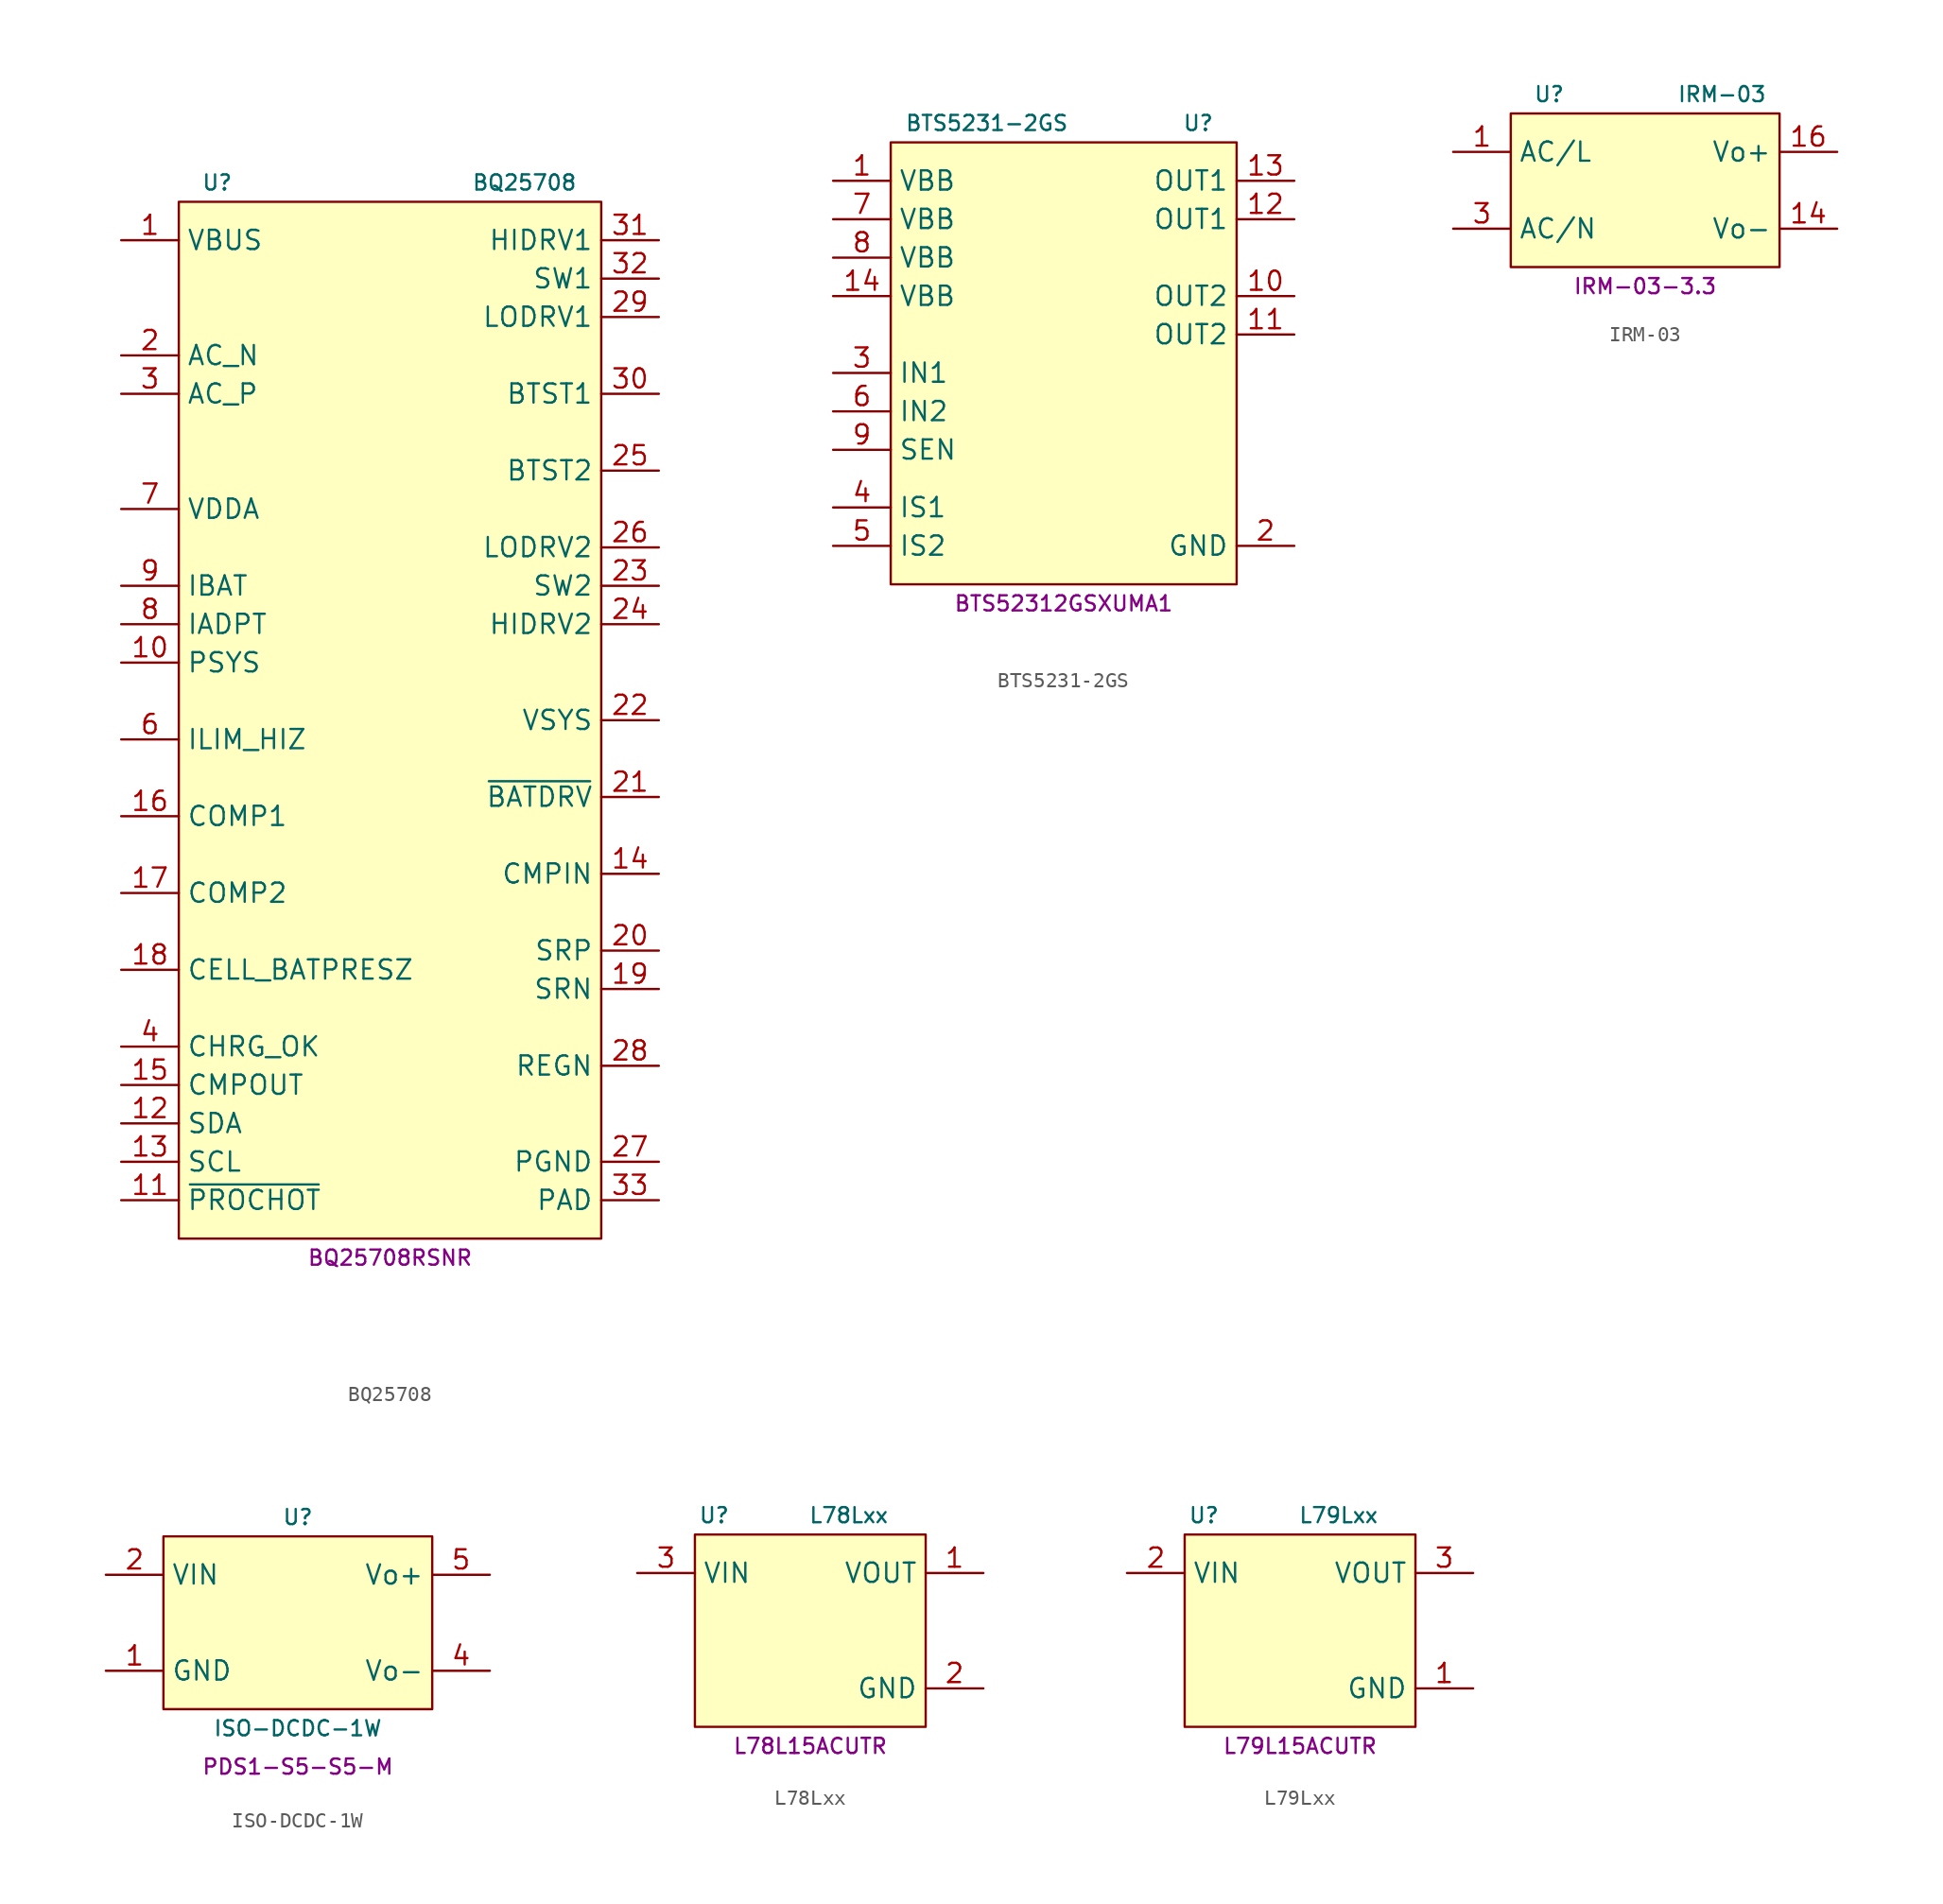
<source format=kicad_sym>
(kicad_symbol_lib
  (version 20231120)
  (generator "kicad_symbol_editor")
  (generator_version "8.0")
  (symbol "BQ25708"
    (property "Reference" "U"
      (at -11.43 35.56 0)
      (effects (font (size 1 1))))
    (property "Value" "BQ25708"
      (at 8.89 35.56 0)
      (effects (font (size 1 1))))
    (property "MPN" "BQ25708RSNR"
      (at 0 -35.56 0)
      (effects (font (size 1 1))))
    (symbol "BQ25708_0_1"
      (rectangle (start -13.97 34.29) (end 13.97 -34.29) (stroke (width 0) (type default)) (fill (type background))))
    (symbol "BQ25708_1_1"
      (pin power_in line (at -17.78 31.75 0) (length 3.81) (name "VBUS" (effects (font (size 1.27 1.27)))) (number "1" (effects (font (size 1.27 1.27)))))
      (pin output line (at -17.78 3.81 0) (length 3.81) (name "PSYS" (effects (font (size 1.27 1.27)))) (number "10" (effects (font (size 1.27 1.27)))))
      (pin open_collector line (at -17.78 -31.75 0) (length 3.81) (name "~{PROCHOT}" (effects (font (size 1.27 1.27)))) (number "11" (effects (font (size 1.27 1.27)))))
      (pin bidirectional line (at -17.78 -26.67 0) (length 3.81) (name "SDA" (effects (font (size 1.27 1.27)))) (number "12" (effects (font (size 1.27 1.27)))))
      (pin input line (at -17.78 -29.21 0) (length 3.81) (name "SCL" (effects (font (size 1.27 1.27)))) (number "13" (effects (font (size 1.27 1.27)))))
      (pin input line (at 17.78 -10.16 180) (length 3.81) (name "CMPIN" (effects (font (size 1.27 1.27)))) (number "14" (effects (font (size 1.27 1.27)))))
      (pin output line (at -17.78 -24.13 0) (length 3.81) (name "CMPOUT" (effects (font (size 1.27 1.27)))) (number "15" (effects (font (size 1.27 1.27)))))
      (pin passive line (at -17.78 -6.35 0) (length 3.81) (name "COMP1" (effects (font (size 1.27 1.27)))) (number "16" (effects (font (size 1.27 1.27)))))
      (pin passive line (at -17.78 -11.43 0) (length 3.81) (name "COMP2" (effects (font (size 1.27 1.27)))) (number "17" (effects (font (size 1.27 1.27)))))
      (pin passive line (at -17.78 -16.51 0) (length 3.81) (name "CELL_BATPRESZ" (effects (font (size 1.27 1.27)))) (number "18" (effects (font (size 1.27 1.27)))))
      (pin passive line (at 17.78 -17.78 180) (length 3.81) (name "SRN" (effects (font (size 1.27 1.27)))) (number "19" (effects (font (size 1.27 1.27)))))
      (pin passive line (at -17.78 24.13 0) (length 3.81) (name "AC_N" (effects (font (size 1.27 1.27)))) (number "2" (effects (font (size 1.27 1.27)))))
      (pin passive line (at 17.78 -15.24 180) (length 3.81) (name "SRP" (effects (font (size 1.27 1.27)))) (number "20" (effects (font (size 1.27 1.27)))))
      (pin output line (at 17.78 -5.08 180) (length 3.81) (name "~{BATDRV}" (effects (font (size 1.27 1.27)))) (number "21" (effects (font (size 1.27 1.27)))))
      (pin passive line (at 17.78 0 180) (length 3.81) (name "VSYS" (effects (font (size 1.27 1.27)))) (number "22" (effects (font (size 1.27 1.27)))))
      (pin passive line (at 17.78 8.89 180) (length 3.81) (name "SW2" (effects (font (size 1.27 1.27)))) (number "23" (effects (font (size 1.27 1.27)))))
      (pin output line (at 17.78 6.35 180) (length 3.81) (name "HIDRV2" (effects (font (size 1.27 1.27)))) (number "24" (effects (font (size 1.27 1.27)))))
      (pin passive line (at 17.78 16.51 180) (length 3.81) (name "BTST2" (effects (font (size 1.27 1.27)))) (number "25" (effects (font (size 1.27 1.27)))))
      (pin output line (at 17.78 11.43 180) (length 3.81) (name "LODRV2" (effects (font (size 1.27 1.27)))) (number "26" (effects (font (size 1.27 1.27)))))
      (pin power_in line (at 17.78 -29.21 180) (length 3.81) (name "PGND" (effects (font (size 1.27 1.27)))) (number "27" (effects (font (size 1.27 1.27)))))
      (pin power_out line (at 17.78 -22.86 180) (length 3.81) (name "REGN" (effects (font (size 1.27 1.27)))) (number "28" (effects (font (size 1.27 1.27)))))
      (pin output line (at 17.78 26.67 180) (length 3.81) (name "LODRV1" (effects (font (size 1.27 1.27)))) (number "29" (effects (font (size 1.27 1.27)))))
      (pin passive line (at -17.78 21.59 0) (length 3.81) (name "AC_P" (effects (font (size 1.27 1.27)))) (number "3" (effects (font (size 1.27 1.27)))))
      (pin passive line (at 17.78 21.59 180) (length 3.81) (name "BTST1" (effects (font (size 1.27 1.27)))) (number "30" (effects (font (size 1.27 1.27)))))
      (pin output line (at 17.78 31.75 180) (length 3.81) (name "HIDRV1" (effects (font (size 1.27 1.27)))) (number "31" (effects (font (size 1.27 1.27)))))
      (pin passive line (at 17.78 29.21 180) (length 3.81) (name "SW1" (effects (font (size 1.27 1.27)))) (number "32" (effects (font (size 1.27 1.27)))))
      (pin power_in line (at 17.78 -31.75 180) (length 3.81) (name "PAD" (effects (font (size 1.27 1.27)))) (number "33" (effects (font (size 1.27 1.27)))))
      (pin open_collector line (at -17.78 -21.59 0) (length 3.81) (name "CHRG_OK" (effects (font (size 1.27 1.27)))) (number "4" (effects (font (size 1.27 1.27)))))
      (pin passive line (at -17.78 -1.27 0) (length 3.81) (name "ILIM_HIZ" (effects (font (size 1.27 1.27)))) (number "6" (effects (font (size 1.27 1.27)))))
      (pin power_in line (at -17.78 13.97 0) (length 3.81) (name "VDDA" (effects (font (size 1.27 1.27)))) (number "7" (effects (font (size 1.27 1.27)))))
      (pin output line (at -17.78 6.35 0) (length 3.81) (name "IADPT" (effects (font (size 1.27 1.27)))) (number "8" (effects (font (size 1.27 1.27)))))
      (pin output line (at -17.78 8.89 0) (length 3.81) (name "IBAT" (effects (font (size 1.27 1.27)))) (number "9" (effects (font (size 1.27 1.27)))))))
  (symbol "BTS5231-2GS"
    (property "Reference" "U"
      (at 8.89 16.51 0)
      (effects (font (size 1 1))))
    (property "Value" "BTS5231-2GS"
      (at -5.08 16.51 0)
      (effects (font (size 1 1))))
    (property "MPN" "BTS52312GSXUMA1"
      (at 0 -15.24 0)
      (effects (font (size 1 1))))
    (symbol "BTS5231-2GS_0_1"
      (rectangle (start -11.43 15.24) (end 11.43 -13.97) (stroke (width 0.152) (type default)) (fill (type background))))
    (symbol "BTS5231-2GS_1_1"
      (pin power_in line (at -15.24 12.7 0) (length 3.81) (name "VBB" (effects (font (size 1.27 1.27)))) (number "1" (effects (font (size 1.27 1.27)))))
      (pin power_out line (at 15.24 5.08 180) (length 3.81) (name "OUT2" (effects (font (size 1.27 1.27)))) (number "10" (effects (font (size 1.27 1.27)))))
      (pin power_out line (at 15.24 2.54 180) (length 3.81) (name "OUT2" (effects (font (size 1.27 1.27)))) (number "11" (effects (font (size 1.27 1.27)))))
      (pin power_out line (at 15.24 10.16 180) (length 3.81) (name "OUT1" (effects (font (size 1.27 1.27)))) (number "12" (effects (font (size 1.27 1.27)))))
      (pin power_out line (at 15.24 12.7 180) (length 3.81) (name "OUT1" (effects (font (size 1.27 1.27)))) (number "13" (effects (font (size 1.27 1.27)))))
      (pin power_in line (at -15.24 5.08 0) (length 3.81) (name "VBB" (effects (font (size 1.27 1.27)))) (number "14" (effects (font (size 1.27 1.27)))))
      (pin power_in line (at 15.24 -11.43 180) (length 3.81) (name "GND" (effects (font (size 1.27 1.27)))) (number "2" (effects (font (size 1.27 1.27)))))
      (pin input line (at -15.24 0 0) (length 3.81) (name "IN1" (effects (font (size 1.27 1.27)))) (number "3" (effects (font (size 1.27 1.27)))))
      (pin output line (at -15.24 -8.89 0) (length 3.81) (name "IS1" (effects (font (size 1.27 1.27)))) (number "4" (effects (font (size 1.27 1.27)))))
      (pin output line (at -15.24 -11.43 0) (length 3.81) (name "IS2" (effects (font (size 1.27 1.27)))) (number "5" (effects (font (size 1.27 1.27)))))
      (pin input line (at -15.24 -2.54 0) (length 3.81) (name "IN2" (effects (font (size 1.27 1.27)))) (number "6" (effects (font (size 1.27 1.27)))))
      (pin power_in line (at -15.24 10.16 0) (length 3.81) (name "VBB" (effects (font (size 1.27 1.27)))) (number "7" (effects (font (size 1.27 1.27)))))
      (pin power_in line (at -15.24 7.62 0) (length 3.81) (name "VBB" (effects (font (size 1.27 1.27)))) (number "8" (effects (font (size 1.27 1.27)))))
      (pin input line (at -15.24 -5.08 0) (length 3.81) (name "SEN" (effects (font (size 1.27 1.27)))) (number "9" (effects (font (size 1.27 1.27)))))))
  (symbol "IRM-03"
    (property "Reference" "U"
      (at -6.35 6.35 0)
      (effects (font (size 1 1))))
    (property "Value" "IRM-03"
      (at 5.08 6.35 0)
      (effects (font (size 1 1))))
    (property "MPN" "IRM-03-3.3"
      (at 0 -6.35 0)
      (effects (font (size 1 1))))
    (symbol "IRM-03_0_1"
      (rectangle (start -8.89 5.08) (end 8.89 -5.08) (stroke (width 0) (type default)) (fill (type background))))
    (symbol "IRM-03_1_1"
      (pin power_in line (at -12.7 2.54 0) (length 3.81) (name "AC/L" (effects (font (size 1.27 1.27)))) (number "1" (effects (font (size 1.27 1.27)))))
      (pin power_out line (at 12.7 -2.54 180) (length 3.81) (name "Vo-" (effects (font (size 1.27 1.27)))) (number "14" (effects (font (size 1.27 1.27)))))
      (pin power_out line (at 12.7 2.54 180) (length 3.81) (name "Vo+" (effects (font (size 1.27 1.27)))) (number "16" (effects (font (size 1.27 1.27)))))
      (pin power_in line (at -12.7 -2.54 0) (length 3.81) (name "AC/N" (effects (font (size 1.27 1.27)))) (number "3" (effects (font (size 1.27 1.27)))))))
  (symbol "ISO-DCDC-1W"
    (property "Reference" "U"
      (at 0 7.62 0)
      (effects (font (size 1 1))))
    (property "Value" "ISO-DCDC-1W"
      (at 0 -6.35 0)
      (effects (font (size 1 1))))
    (property "MPN" "PDS1-S5-S5-M"
      (at 0 -8.89 0)
      (effects (font (size 1 1))))
    (symbol "ISO-DCDC-1W_0_1"
      (rectangle (start -8.89 6.35) (end 8.89 -5.08) (stroke (width 0) (type default)) (fill (type background))))
    (symbol "ISO-DCDC-1W_1_1"
      (pin power_in line (at -12.7 -2.54 0) (length 3.81) (name "GND" (effects (font (size 1.27 1.27)))) (number "1" (effects (font (size 1.27 1.27)))))
      (pin power_in line (at -12.7 3.81 0) (length 3.81) (name "VIN" (effects (font (size 1.27 1.27)))) (number "2" (effects (font (size 1.27 1.27)))))
      (pin power_out line (at 12.7 -2.54 180) (length 3.81) (name "Vo-" (effects (font (size 1.27 1.27)))) (number "4" (effects (font (size 1.27 1.27)))))
      (pin power_out line (at 12.7 3.81 180) (length 3.81) (name "Vo+" (effects (font (size 1.27 1.27)))) (number "5" (effects (font (size 1.27 1.27)))))))
  (symbol "L78Lxx"
    (property "Reference" "U"
      (at -6.35 7.62 0)
      (effects (font (size 1 1))))
    (property "Value" "L78Lxx"
      (at 2.54 7.62 0)
      (effects (font (size 1 1))))
    (property "MPN" "L78L15ACUTR"
      (at 0 -7.62 0)
      (effects (font (size 1 1))))
    (symbol "L78Lxx_1_1"
      (rectangle (start -7.62 6.35) (end 7.62 -6.35) (stroke (width 0) (type default)) (fill (type background)))
      (pin power_out line (at 11.43 3.81 180) (length 3.81) (name "VOUT" (effects (font (size 1.27 1.27)))) (number "1" (effects (font (size 1.27 1.27)))))
      (pin power_in line (at 11.43 -3.81 180) (length 3.81) (name "GND" (effects (font (size 1.27 1.27)))) (number "2" (effects (font (size 1.27 1.27)))))
      (pin power_in line (at -11.43 3.81 0) (length 3.81) (name "VIN" (effects (font (size 1.27 1.27)))) (number "3" (effects (font (size 1.27 1.27)))))))
  (symbol "L79Lxx"
    (property "Reference" "U"
      (at -6.35 7.62 0)
      (effects (font (size 1 1))))
    (property "Value" "L79Lxx"
      (at 2.54 7.62 0)
      (effects (font (size 1 1))))
    (property "MPN" "L79L15ACUTR"
      (at 0 -7.62 0)
      (effects (font (size 1 1))))
    (symbol "L79Lxx_1_1"
      (rectangle (start -7.62 6.35) (end 7.62 -6.35) (stroke (width 0) (type default)) (fill (type background)))
      (pin power_in line (at 11.43 -3.81 180) (length 3.81) (name "GND" (effects (font (size 1.27 1.27)))) (number "1" (effects (font (size 1.27 1.27)))))
      (pin power_in line (at -11.43 3.81 0) (length 3.81) (name "VIN" (effects (font (size 1.27 1.27)))) (number "2" (effects (font (size 1.27 1.27)))))
      (pin power_out line (at 11.43 3.81 180) (length 3.81) (name "VOUT" (effects (font (size 1.27 1.27)))) (number "3" (effects (font (size 1.27 1.27))))))))
</source>
